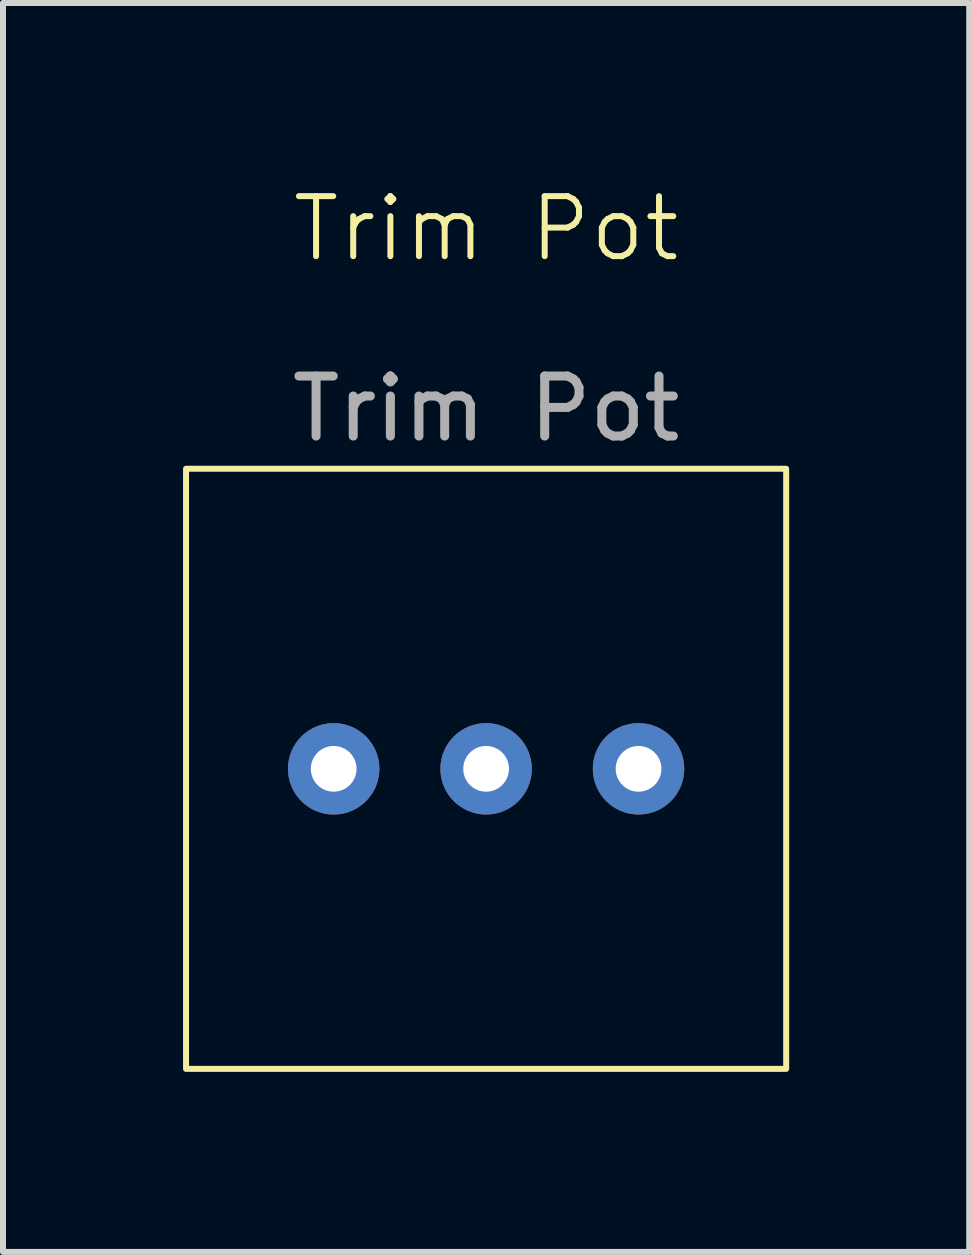
<source format=kicad_pcb>
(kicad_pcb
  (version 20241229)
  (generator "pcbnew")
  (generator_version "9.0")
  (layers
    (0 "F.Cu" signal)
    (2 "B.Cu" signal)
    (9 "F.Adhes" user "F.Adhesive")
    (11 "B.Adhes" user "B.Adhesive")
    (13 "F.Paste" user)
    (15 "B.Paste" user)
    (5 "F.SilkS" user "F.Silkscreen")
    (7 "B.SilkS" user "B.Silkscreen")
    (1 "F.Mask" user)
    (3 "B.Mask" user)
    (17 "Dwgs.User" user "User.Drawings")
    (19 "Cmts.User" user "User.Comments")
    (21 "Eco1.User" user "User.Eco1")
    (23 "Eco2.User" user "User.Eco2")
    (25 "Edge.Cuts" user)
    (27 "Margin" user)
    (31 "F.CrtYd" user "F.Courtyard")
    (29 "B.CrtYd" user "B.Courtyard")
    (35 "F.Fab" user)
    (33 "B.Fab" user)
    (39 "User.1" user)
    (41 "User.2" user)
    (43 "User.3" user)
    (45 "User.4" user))
  (footprint "Trim Pot"
    (layer "F.Cu")
    (at 5.05 9.761)
    (property "Reference" "Trim Pot" (at 0 -9 0) (unlocked yes) (layer "F.SilkS") (effects (font (size 1 1) (thickness 0.1))))
    (attr through_hole)
    (fp_rect (start -5 -5) (end 5 5) (stroke (width 0.1) (type default)) (fill no) (layer "F.SilkS"))
    (fp_text user "${REFERENCE}" (at 0 -6 0) (unlocked yes) (layer "F.Fab") (effects (font (size 1 1) (thickness 0.15))))
    (pad "1" thru_hole circle (at -2.54 0) (size 1.524 1.524) (drill 0.762) (layers "*.Cu" "*.Mask"))
    (pad "2" thru_hole circle (at 0 0) (size 1.524 1.524) (drill 0.762) (layers "*.Cu" "*.Mask"))
    (pad "3" thru_hole circle (at 2.54 0) (size 1.524 1.524) (drill 0.762) (layers "*.Cu" "*.Mask")))
  (gr_rect
    (start -3 -3)
    (end 13.1 17.811)
    (stroke (width 0.1) (type default))
    (fill no)
    (layer "Edge.Cuts")))
</source>
